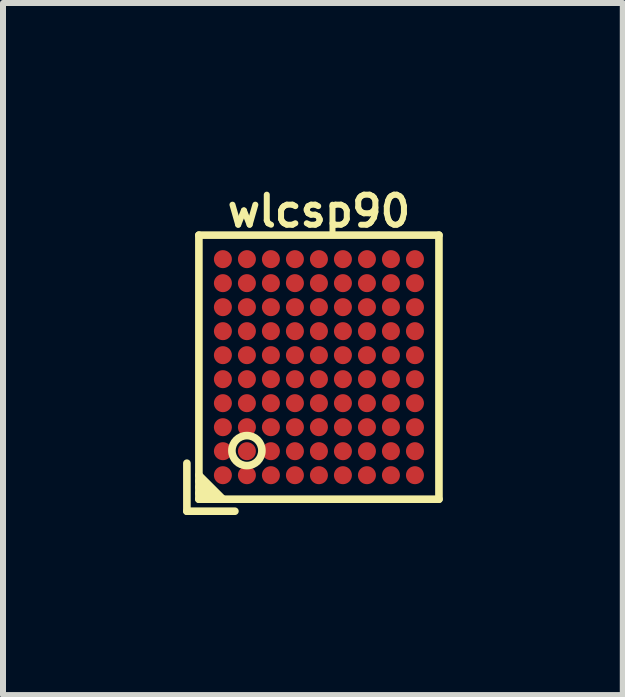
<source format=kicad_pcb>
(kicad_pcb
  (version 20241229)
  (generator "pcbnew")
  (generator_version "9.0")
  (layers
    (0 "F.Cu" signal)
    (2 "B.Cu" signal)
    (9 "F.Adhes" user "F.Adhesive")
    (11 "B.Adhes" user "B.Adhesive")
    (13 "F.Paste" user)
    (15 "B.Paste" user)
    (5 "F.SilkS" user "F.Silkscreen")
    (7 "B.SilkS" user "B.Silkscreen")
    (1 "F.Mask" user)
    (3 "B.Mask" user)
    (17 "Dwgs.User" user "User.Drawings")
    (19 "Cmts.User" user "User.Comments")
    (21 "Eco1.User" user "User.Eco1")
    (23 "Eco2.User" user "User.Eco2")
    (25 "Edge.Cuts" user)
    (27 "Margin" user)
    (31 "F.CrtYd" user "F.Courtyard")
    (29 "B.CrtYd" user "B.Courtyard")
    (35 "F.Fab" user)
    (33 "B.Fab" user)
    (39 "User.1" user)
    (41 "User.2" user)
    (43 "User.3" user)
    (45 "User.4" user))
  (footprint "wlcsp90"
    (layer "F.Cu")
    (at 2.264 3.068)
    (property "Reference" "wlcsp90" (at 0 -2.6 0) (layer "F.SilkS") (effects (font (size 0.5 0.5) (thickness 0.1))))
    (attr through_hole)
    (fp_line (start -2.2 1.6) (end -2.2 2.4) (stroke (width 0.127) (type solid)) (layer "F.SilkS"))
    (fp_line (start -2.2 2.4) (end -1.4 2.4) (stroke (width 0.127) (type solid)) (layer "F.SilkS"))
    (fp_line (start -2 -2.2) (end 2 -2.2) (stroke (width 0.127) (type solid)) (layer "F.SilkS"))
    (fp_line (start -2 1.8) (end -1.6 2.2) (stroke (width 0.127) (type solid)) (layer "F.SilkS"))
    (fp_line (start -2 1.9) (end -1.7 2.2) (stroke (width 0.127) (type solid)) (layer "F.SilkS"))
    (fp_line (start -2 2.2) (end -2 -2.2) (stroke (width 0.127) (type solid)) (layer "F.SilkS"))
    (fp_line (start -1.9 2.2) (end -2 2.1) (stroke (width 0.127) (type solid)) (layer "F.SilkS"))
    (fp_line (start -1.8 2.2) (end -2 2) (stroke (width 0.127) (type solid)) (layer "F.SilkS"))
    (fp_line (start 2 -2.2) (end 2 2.2) (stroke (width 0.127) (type solid)) (layer "F.SilkS"))
    (fp_line (start 2 2.2) (end -2 2.2) (stroke (width 0.127) (type solid)) (layer "F.SilkS"))
    (fp_circle (center -1.2 1.39) (end -1.45 1.39) (stroke (width 0.127) (type solid)) (fill no) (layer "F.SilkS"))
    (pad "A1" smd circle (at -1.6 1.8) (size 0.3 0.3) (layers "F.Cu" "F.Mask" "F.Paste"))
    (pad "A2" smd circle (at -1.6 1.4) (size 0.3 0.3) (layers "F.Cu" "F.Mask" "F.Paste"))
    (pad "A3" smd circle (at -1.6 1) (size 0.3 0.3) (layers "F.Cu" "F.Mask" "F.Paste"))
    (pad "A4" smd circle (at -1.6 0.6) (size 0.3 0.3) (layers "F.Cu" "F.Mask" "F.Paste"))
    (pad "A5" smd circle (at -1.6 0.2) (size 0.3 0.3) (layers "F.Cu" "F.Mask" "F.Paste"))
    (pad "A6" smd circle (at -1.6 -0.2) (size 0.3 0.3) (layers "F.Cu" "F.Mask" "F.Paste"))
    (pad "A7" smd circle (at -1.6 -0.6) (size 0.3 0.3) (layers "F.Cu" "F.Mask" "F.Paste"))
    (pad "A8" smd circle (at -1.6 -1) (size 0.3 0.3) (layers "F.Cu" "F.Mask" "F.Paste"))
    (pad "A9" smd circle (at -1.6 -1.4) (size 0.3 0.3) (layers "F.Cu" "F.Mask" "F.Paste"))
    (pad "A10" smd circle (at -1.6 -1.8) (size 0.3 0.3) (layers "F.Cu" "F.Mask" "F.Paste"))
    (pad "B1" smd circle (at -1.2 1.8) (size 0.3 0.3) (layers "F.Cu" "F.Mask" "F.Paste"))
    (pad "B2" smd circle (at -1.2 1.4) (size 0.3 0.3) (layers "F.Cu" "F.Mask" "F.Paste"))
    (pad "B3" smd circle (at -1.2 1) (size 0.3 0.3) (layers "F.Cu" "F.Mask" "F.Paste"))
    (pad "B4" smd circle (at -1.2 0.6) (size 0.3 0.3) (layers "F.Cu" "F.Mask" "F.Paste"))
    (pad "B5" smd circle (at -1.2 0.2) (size 0.3 0.3) (layers "F.Cu" "F.Mask" "F.Paste"))
    (pad "B6" smd circle (at -1.2 -0.2) (size 0.3 0.3) (layers "F.Cu" "F.Mask" "F.Paste"))
    (pad "B7" smd circle (at -1.2 -0.6) (size 0.3 0.3) (layers "F.Cu" "F.Mask" "F.Paste"))
    (pad "B8" smd circle (at -1.2 -1) (size 0.3 0.3) (layers "F.Cu" "F.Mask" "F.Paste"))
    (pad "B9" smd circle (at -1.2 -1.4) (size 0.3 0.3) (layers "F.Cu" "F.Mask" "F.Paste"))
    (pad "B10" smd circle (at -1.2 -1.8) (size 0.3 0.3) (layers "F.Cu" "F.Mask" "F.Paste"))
    (pad "C1" smd circle (at -0.8 1.8) (size 0.3 0.3) (layers "F.Cu" "F.Mask" "F.Paste"))
    (pad "C2" smd circle (at -0.8 1.4) (size 0.3 0.3) (layers "F.Cu" "F.Mask" "F.Paste"))
    (pad "C3" smd circle (at -0.8 1) (size 0.3 0.3) (layers "F.Cu" "F.Mask" "F.Paste"))
    (pad "C4" smd circle (at -0.8 0.6) (size 0.3 0.3) (layers "F.Cu" "F.Mask" "F.Paste"))
    (pad "C5" smd circle (at -0.8 0.2) (size 0.3 0.3) (layers "F.Cu" "F.Mask" "F.Paste"))
    (pad "C6" smd circle (at -0.8 -0.2) (size 0.3 0.3) (layers "F.Cu" "F.Mask" "F.Paste"))
    (pad "C7" smd circle (at -0.8 -0.6) (size 0.3 0.3) (layers "F.Cu" "F.Mask" "F.Paste"))
    (pad "C8" smd circle (at -0.8 -1) (size 0.3 0.3) (layers "F.Cu" "F.Mask" "F.Paste"))
    (pad "C9" smd circle (at -0.8 -1.4) (size 0.3 0.3) (layers "F.Cu" "F.Mask" "F.Paste"))
    (pad "C10" smd circle (at -0.8 -1.8) (size 0.3 0.3) (layers "F.Cu" "F.Mask" "F.Paste"))
    (pad "D1" smd circle (at -0.4 1.8) (size 0.3 0.3) (layers "F.Cu" "F.Mask" "F.Paste"))
    (pad "D2" smd circle (at -0.4 1.4) (size 0.3 0.3) (layers "F.Cu" "F.Mask" "F.Paste"))
    (pad "D3" smd circle (at -0.4 1) (size 0.3 0.3) (layers "F.Cu" "F.Mask" "F.Paste"))
    (pad "D4" smd circle (at -0.4 0.6) (size 0.3 0.3) (layers "F.Cu" "F.Mask" "F.Paste"))
    (pad "D5" smd circle (at -0.4 0.2) (size 0.3 0.3) (layers "F.Cu" "F.Mask" "F.Paste"))
    (pad "D6" smd circle (at -0.4 -0.2) (size 0.3 0.3) (layers "F.Cu" "F.Mask" "F.Paste"))
    (pad "D7" smd circle (at -0.4 -0.6) (size 0.3 0.3) (layers "F.Cu" "F.Mask" "F.Paste"))
    (pad "D8" smd circle (at -0.4 -1) (size 0.3 0.3) (layers "F.Cu" "F.Mask" "F.Paste"))
    (pad "D9" smd circle (at -0.4 -1.4) (size 0.3 0.3) (layers "F.Cu" "F.Mask" "F.Paste"))
    (pad "D10" smd circle (at -0.4 -1.8) (size 0.3 0.3) (layers "F.Cu" "F.Mask" "F.Paste"))
    (pad "E1" smd circle (at 0 1.8) (size 0.3 0.3) (layers "F.Cu" "F.Mask" "F.Paste"))
    (pad "E2" smd circle (at 0 1.4) (size 0.3 0.3) (layers "F.Cu" "F.Mask" "F.Paste"))
    (pad "E3" smd circle (at 0 1) (size 0.3 0.3) (layers "F.Cu" "F.Mask" "F.Paste"))
    (pad "E4" smd circle (at 0 0.6) (size 0.3 0.3) (layers "F.Cu" "F.Mask" "F.Paste"))
    (pad "E5" smd circle (at 0 0.2) (size 0.3 0.3) (layers "F.Cu" "F.Mask" "F.Paste"))
    (pad "E6" smd circle (at 0 -0.2) (size 0.3 0.3) (layers "F.Cu" "F.Mask" "F.Paste"))
    (pad "E7" smd circle (at 0 -0.6) (size 0.3 0.3) (layers "F.Cu" "F.Mask" "F.Paste"))
    (pad "E8" smd circle (at 0 -1) (size 0.3 0.3) (layers "F.Cu" "F.Mask" "F.Paste"))
    (pad "E9" smd circle (at 0 -1.4) (size 0.3 0.3) (layers "F.Cu" "F.Mask" "F.Paste"))
    (pad "E10" smd circle (at 0 -1.8) (size 0.3 0.3) (layers "F.Cu" "F.Mask" "F.Paste"))
    (pad "F1" smd circle (at 0.4 1.8) (size 0.3 0.3) (layers "F.Cu" "F.Mask" "F.Paste"))
    (pad "F2" smd circle (at 0.4 1.4) (size 0.3 0.3) (layers "F.Cu" "F.Mask" "F.Paste"))
    (pad "F3" smd circle (at 0.4 1) (size 0.3 0.3) (layers "F.Cu" "F.Mask" "F.Paste"))
    (pad "F4" smd circle (at 0.4 0.6) (size 0.3 0.3) (layers "F.Cu" "F.Mask" "F.Paste"))
    (pad "F5" smd circle (at 0.4 0.2) (size 0.3 0.3) (layers "F.Cu" "F.Mask" "F.Paste"))
    (pad "F6" smd circle (at 0.4 -0.2) (size 0.3 0.3) (layers "F.Cu" "F.Mask" "F.Paste"))
    (pad "F7" smd circle (at 0.4 -0.6) (size 0.3 0.3) (layers "F.Cu" "F.Mask" "F.Paste"))
    (pad "F8" smd circle (at 0.4 -1) (size 0.3 0.3) (layers "F.Cu" "F.Mask" "F.Paste"))
    (pad "F9" smd circle (at 0.4 -1.4) (size 0.3 0.3) (layers "F.Cu" "F.Mask" "F.Paste"))
    (pad "F10" smd circle (at 0.4 -1.8) (size 0.3 0.3) (layers "F.Cu" "F.Mask" "F.Paste"))
    (pad "G1" smd circle (at 0.8 1.8) (size 0.3 0.3) (layers "F.Cu" "F.Mask" "F.Paste"))
    (pad "G2" smd circle (at 0.8 1.4) (size 0.3 0.3) (layers "F.Cu" "F.Mask" "F.Paste"))
    (pad "G3" smd circle (at 0.8 1) (size 0.3 0.3) (layers "F.Cu" "F.Mask" "F.Paste"))
    (pad "G4" smd circle (at 0.8 0.6) (size 0.3 0.3) (layers "F.Cu" "F.Mask" "F.Paste"))
    (pad "G5" smd circle (at 0.8 0.2) (size 0.3 0.3) (layers "F.Cu" "F.Mask" "F.Paste"))
    (pad "G6" smd circle (at 0.8 -0.2) (size 0.3 0.3) (layers "F.Cu" "F.Mask" "F.Paste"))
    (pad "G7" smd circle (at 0.8 -0.6) (size 0.3 0.3) (layers "F.Cu" "F.Mask" "F.Paste"))
    (pad "G8" smd circle (at 0.8 -1) (size 0.3 0.3) (layers "F.Cu" "F.Mask" "F.Paste"))
    (pad "G9" smd circle (at 0.8 -1.4) (size 0.3 0.3) (layers "F.Cu" "F.Mask" "F.Paste"))
    (pad "G10" smd circle (at 0.8 -1.8) (size 0.3 0.3) (layers "F.Cu" "F.Mask" "F.Paste"))
    (pad "H1" smd circle (at 1.2 1.8) (size 0.3 0.3) (layers "F.Cu" "F.Mask" "F.Paste"))
    (pad "H2" smd circle (at 1.2 1.4) (size 0.3 0.3) (layers "F.Cu" "F.Mask" "F.Paste"))
    (pad "H3" smd circle (at 1.2 1) (size 0.3 0.3) (layers "F.Cu" "F.Mask" "F.Paste"))
    (pad "H4" smd circle (at 1.2 0.6) (size 0.3 0.3) (layers "F.Cu" "F.Mask" "F.Paste"))
    (pad "H5" smd circle (at 1.2 0.2) (size 0.3 0.3) (layers "F.Cu" "F.Mask" "F.Paste"))
    (pad "H6" smd circle (at 1.2 -0.2) (size 0.3 0.3) (layers "F.Cu" "F.Mask" "F.Paste"))
    (pad "H7" smd circle (at 1.2 -0.6) (size 0.3 0.3) (layers "F.Cu" "F.Mask" "F.Paste"))
    (pad "H8" smd circle (at 1.2 -1) (size 0.3 0.3) (layers "F.Cu" "F.Mask" "F.Paste"))
    (pad "H9" smd circle (at 1.2 -1.4) (size 0.3 0.3) (layers "F.Cu" "F.Mask" "F.Paste"))
    (pad "H10" smd circle (at 1.2 -1.8) (size 0.3 0.3) (layers "F.Cu" "F.Mask" "F.Paste"))
    (pad "J1" smd circle (at 1.6 1.8) (size 0.3 0.3) (layers "F.Cu" "F.Mask" "F.Paste"))
    (pad "J2" smd circle (at 1.6 1.4) (size 0.3 0.3) (layers "F.Cu" "F.Mask" "F.Paste"))
    (pad "J3" smd circle (at 1.6 1) (size 0.3 0.3) (layers "F.Cu" "F.Mask" "F.Paste"))
    (pad "J4" smd circle (at 1.6 0.6) (size 0.3 0.3) (layers "F.Cu" "F.Mask" "F.Paste"))
    (pad "J5" smd circle (at 1.6 0.2) (size 0.3 0.3) (layers "F.Cu" "F.Mask" "F.Paste"))
    (pad "J6" smd circle (at 1.6 -0.2) (size 0.3 0.3) (layers "F.Cu" "F.Mask" "F.Paste"))
    (pad "J7" smd circle (at 1.6 -0.6) (size 0.3 0.3) (layers "F.Cu" "F.Mask" "F.Paste"))
    (pad "J8" smd circle (at 1.6 -1) (size 0.3 0.3) (layers "F.Cu" "F.Mask" "F.Paste"))
    (pad "J9" smd circle (at 1.6 -1.4) (size 0.3 0.3) (layers "F.Cu" "F.Mask" "F.Paste"))
    (pad "J10" smd circle (at 1.6 -1.8) (size 0.3 0.3) (layers "F.Cu" "F.Mask" "F.Paste")))
  (gr_rect
    (start -3 -3)
    (end 7.327 8.531)
    (stroke (width 0.1) (type default))
    (fill no)
    (layer "Edge.Cuts")))
</source>
